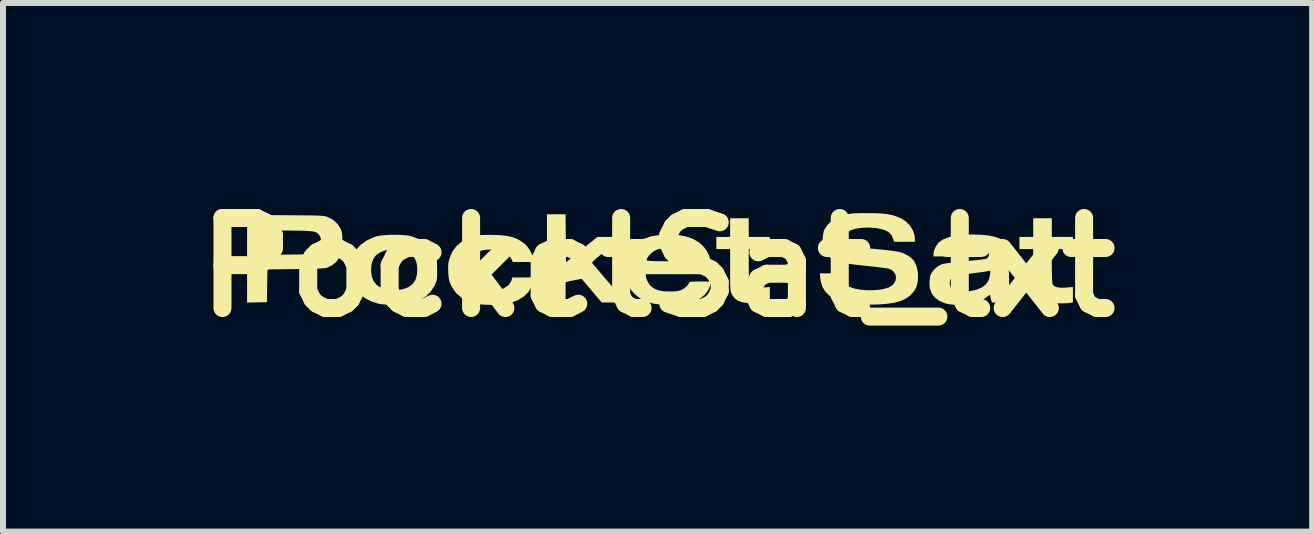
<source format=kicad_pcb>
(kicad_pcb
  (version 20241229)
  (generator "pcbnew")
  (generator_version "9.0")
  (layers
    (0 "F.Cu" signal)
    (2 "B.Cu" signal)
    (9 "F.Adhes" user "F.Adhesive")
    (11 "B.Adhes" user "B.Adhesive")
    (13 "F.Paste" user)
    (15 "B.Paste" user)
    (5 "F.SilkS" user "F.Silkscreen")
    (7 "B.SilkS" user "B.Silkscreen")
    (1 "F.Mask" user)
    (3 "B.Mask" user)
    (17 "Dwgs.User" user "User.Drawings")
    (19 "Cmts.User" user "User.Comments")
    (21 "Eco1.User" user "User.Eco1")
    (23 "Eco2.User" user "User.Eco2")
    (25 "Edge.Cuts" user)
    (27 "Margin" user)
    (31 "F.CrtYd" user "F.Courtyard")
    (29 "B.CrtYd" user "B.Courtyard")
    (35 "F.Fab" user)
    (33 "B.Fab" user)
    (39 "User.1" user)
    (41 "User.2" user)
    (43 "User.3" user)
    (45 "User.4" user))
  (footprint "PocketSat_txt"
    (layer "F.Cu")
    (at 7.907 1.404)
    (property "Reference" "PocketSat_txt" (at 0 0 0) (layer "F.SilkS") (effects (font (size 1.5 1.5) (thickness 0.3))))
    (attr board_only exclude_from_pos_files exclude_from_bom)
    (fp_poly (pts (xy 1.519 -0.662) (xy 1.519 -0.506) (xy 1.695 -0.506) (xy 1.87 -0.506) (xy 1.87 -0.405) (xy 1.87 -0.304) (xy 1.695 -0.304) (xy 1.519 -0.304) (xy 1.519 -0.028) (xy 1.52 0.058) (xy 1.521 0.136) (xy 1.524 0.202) (xy 1.527 0.252) (xy 1.531 0.28) (xy 1.532 0.282) (xy 1.558 0.313) (xy 1.608 0.333) (xy 1.68 0.341) (xy 1.765 0.337) (xy 1.87 0.328) (xy 1.87 0.456) (xy 1.87 0.584) (xy 1.828 0.592) (xy 1.784 0.597) (xy 1.722 0.6) (xy 1.649 0.6) (xy 1.572 0.598) (xy 1.501 0.594) (xy 1.442 0.588) (xy 1.407 0.582) (xy 1.335 0.555) (xy 1.283 0.516) (xy 1.243 0.46) (xy 1.239 0.452) (xy 1.23 0.433) (xy 1.223 0.413) (xy 1.217 0.39) (xy 1.213 0.36) (xy 1.211 0.318) (xy 1.209 0.262) (xy 1.209 0.188) (xy 1.209 0.091) (xy 1.209 0.044) (xy 1.209 -0.304) (xy 1.094 -0.304) (xy 0.979 -0.304) (xy 0.979 -0.405) (xy 0.979 -0.506) (xy 1.094 -0.506) (xy 1.209 -0.506) (xy 1.209 -0.662) (xy 1.209 -0.817) (xy 1.364 -0.817) (xy 1.519 -0.817)) (stroke (width 0) (type solid)) (fill yes) (layer "F.SilkS"))
    (fp_poly (pts (xy 6.569 -0.662) (xy 6.569 -0.506) (xy 6.745 -0.506) (xy 6.921 -0.506) (xy 6.921 -0.405) (xy 6.921 -0.304) (xy 6.745 -0.304) (xy 6.569 -0.304) (xy 6.569 -0.028) (xy 6.57 0.058) (xy 6.572 0.136) (xy 6.574 0.202) (xy 6.578 0.252) (xy 6.582 0.28) (xy 6.582 0.282) (xy 6.608 0.313) (xy 6.658 0.333) (xy 6.731 0.341) (xy 6.815 0.337) (xy 6.921 0.328) (xy 6.921 0.456) (xy 6.921 0.584) (xy 6.878 0.592) (xy 6.835 0.597) (xy 6.772 0.6) (xy 6.699 0.6) (xy 6.623 0.598) (xy 6.551 0.594) (xy 6.492 0.588) (xy 6.457 0.582) (xy 6.385 0.555) (xy 6.333 0.516) (xy 6.293 0.46) (xy 6.289 0.452) (xy 6.28 0.433) (xy 6.273 0.413) (xy 6.267 0.39) (xy 6.264 0.36) (xy 6.261 0.318) (xy 6.26 0.262) (xy 6.259 0.188) (xy 6.259 0.091) (xy 6.259 0.044) (xy 6.259 -0.304) (xy 6.144 -0.304) (xy 6.029 -0.304) (xy 6.029 -0.405) (xy 6.029 -0.506) (xy 6.144 -0.506) (xy 6.259 -0.506) (xy 6.259 -0.662) (xy 6.259 -0.817) (xy 6.414 -0.817) (xy 6.569 -0.817)) (stroke (width 0) (type solid)) (fill yes) (layer "F.SilkS"))
    (fp_poly (pts (xy -1.529 -0.484) (xy -1.526 -0.084) (xy -1.265 -0.295) (xy -1.003 -0.506) (xy -0.795 -0.506) (xy -0.724 -0.506) (xy -0.663 -0.505) (xy -0.617 -0.504) (xy -0.592 -0.502) (xy -0.587 -0.501) (xy -0.598 -0.492) (xy -0.626 -0.468) (xy -0.67 -0.432) (xy -0.726 -0.386) (xy -0.792 -0.333) (xy -0.845 -0.291) (xy -0.926 -0.227) (xy -0.987 -0.177) (xy -1.032 -0.139) (xy -1.062 -0.112) (xy -1.08 -0.093) (xy -1.088 -0.079) (xy -1.088 -0.069) (xy -1.084 -0.063) (xy -1.07 -0.047) (xy -1.042 -0.014) (xy -1 0.035) (xy -0.949 0.095) (xy -0.89 0.165) (xy -0.825 0.24) (xy -0.817 0.25) (xy -0.752 0.326) (xy -0.692 0.397) (xy -0.639 0.458) (xy -0.596 0.509) (xy -0.566 0.544) (xy -0.55 0.563) (xy -0.549 0.564) (xy -0.543 0.573) (xy -0.545 0.579) (xy -0.558 0.583) (xy -0.586 0.586) (xy -0.633 0.587) (xy -0.702 0.587) (xy -0.73 0.587) (xy -0.932 0.586) (xy -1.136 0.344) (xy -1.341 0.102) (xy -1.437 0.178) (xy -1.533 0.254) (xy -1.533 0.421) (xy -1.533 0.587) (xy -1.688 0.587) (xy -1.843 0.587) (xy -1.843 -0.149) (xy -1.843 -0.884) (xy -1.688 -0.884) (xy -1.533 -0.884)) (stroke (width 0) (type solid)) (fill yes) (layer "F.SilkS"))
    (fp_poly (pts (xy -6.201 -0.868) (xy -6.054 -0.867) (xy -5.93 -0.866) (xy -5.829 -0.865) (xy -5.747 -0.864) (xy -5.681 -0.862) (xy -5.63 -0.86) (xy -5.591 -0.858) (xy -5.561 -0.854) (xy -5.537 -0.85) (xy -5.518 -0.845) (xy -5.5 -0.839) (xy -5.488 -0.834) (xy -5.401 -0.785) (xy -5.33 -0.719) (xy -5.281 -0.642) (xy -5.269 -0.611) (xy -5.26 -0.577) (xy -5.255 -0.534) (xy -5.253 -0.477) (xy -5.253 -0.418) (xy -5.253 -0.347) (xy -5.255 -0.297) (xy -5.26 -0.26) (xy -5.268 -0.229) (xy -5.282 -0.198) (xy -5.294 -0.175) (xy -5.348 -0.096) (xy -5.423 -0.034) (xy -5.514 0.009) (xy -5.514 0.009) (xy -5.543 0.014) (xy -5.596 0.019) (xy -5.673 0.023) (xy -5.775 0.026) (xy -5.903 0.029) (xy -6.032 0.03) (xy -6.501 0.035) (xy -6.505 0.308) (xy -6.509 0.581) (xy -6.674 0.584) (xy -6.84 0.588) (xy -6.84 -0.142) (xy -6.84 -0.412) (xy -6.502 -0.412) (xy -6.502 -0.208) (xy -6.114 -0.212) (xy -5.998 -0.213) (xy -5.907 -0.215) (xy -5.836 -0.217) (xy -5.783 -0.22) (xy -5.744 -0.223) (xy -5.716 -0.228) (xy -5.696 -0.233) (xy -5.683 -0.239) (xy -5.649 -0.268) (xy -5.623 -0.306) (xy -5.623 -0.307) (xy -5.608 -0.363) (xy -5.605 -0.426) (xy -5.613 -0.485) (xy -5.632 -0.529) (xy -5.633 -0.53) (xy -5.65 -0.551) (xy -5.667 -0.568) (xy -5.689 -0.582) (xy -5.717 -0.592) (xy -5.755 -0.599) (xy -5.807 -0.604) (xy -5.875 -0.608) (xy -5.963 -0.61) (xy -6.073 -0.611) (xy -6.12 -0.612) (xy -6.502 -0.616) (xy -6.502 -0.412) (xy -6.84 -0.412) (xy -6.84 -0.872)) (stroke (width 0) (type solid)) (fill yes) (layer "F.SilkS"))
    (fp_poly (pts (xy -4.267 -0.539) (xy -4.182 -0.532) (xy -4.114 -0.521) (xy -4.092 -0.515) (xy -3.967 -0.466) (xy -3.862 -0.402) (xy -3.779 -0.323) (xy -3.719 -0.231) (xy -3.704 -0.199) (xy -3.691 -0.161) (xy -3.682 -0.124) (xy -3.676 -0.08) (xy -3.674 -0.023) (xy -3.673 0.047) (xy -3.673 0.118) (xy -3.675 0.17) (xy -3.679 0.208) (xy -3.688 0.239) (xy -3.701 0.272) (xy -3.717 0.306) (xy -3.78 0.405) (xy -3.863 0.486) (xy -3.966 0.55) (xy -4.088 0.595) (xy -4.139 0.608) (xy -4.21 0.618) (xy -4.299 0.624) (xy -4.397 0.626) (xy -4.494 0.624) (xy -4.581 0.617) (xy -4.649 0.607) (xy -4.773 0.568) (xy -4.882 0.509) (xy -4.972 0.433) (xy -5.041 0.341) (xy -5.06 0.306) (xy -5.079 0.267) (xy -5.091 0.235) (xy -5.099 0.203) (xy -5.103 0.164) (xy -5.104 0.11) (xy -5.104 0.053) (xy -4.773 0.053) (xy -4.764 0.149) (xy -4.734 0.227) (xy -4.683 0.291) (xy -4.665 0.306) (xy -4.597 0.345) (xy -4.511 0.371) (xy -4.415 0.382) (xy -4.315 0.378) (xy -4.24 0.364) (xy -4.15 0.33) (xy -4.082 0.279) (xy -4.035 0.212) (xy -4.01 0.127) (xy -4.004 0.053) (xy -4.008 -0.031) (xy -4.023 -0.098) (xy -4.051 -0.156) (xy -4.067 -0.179) (xy -4.12 -0.229) (xy -4.19 -0.265) (xy -4.274 -0.288) (xy -4.364 -0.299) (xy -4.455 -0.295) (xy -4.543 -0.279) (xy -4.621 -0.25) (xy -4.684 -0.207) (xy -4.71 -0.179) (xy -4.744 -0.123) (xy -4.764 -0.061) (xy -4.773 0.016) (xy -4.773 0.053) (xy -5.104 0.053) (xy -5.104 0.047) (xy -5.103 -0.028) (xy -5.101 -0.084) (xy -5.095 -0.127) (xy -5.086 -0.164) (xy -5.073 -0.199) (xy -5.02 -0.295) (xy -4.944 -0.378) (xy -4.846 -0.447) (xy -4.728 -0.501) (xy -4.686 -0.515) (xy -4.627 -0.528) (xy -4.548 -0.536) (xy -4.457 -0.541) (xy -4.361 -0.542)) (stroke (width 0) (type solid)) (fill yes) (layer "F.SilkS"))
    (fp_poly (pts (xy -2.768 -0.54) (xy -2.638 -0.536) (xy -2.529 -0.526) (xy -2.437 -0.508) (xy -2.357 -0.48) (xy -2.284 -0.442) (xy -2.214 -0.391) (xy -2.212 -0.39) (xy -2.169 -0.344) (xy -2.127 -0.282) (xy -2.092 -0.211) (xy -2.068 -0.143) (xy -2.066 -0.132) (xy -2.057 -0.088) (xy -2.233 -0.088) (xy -2.41 -0.088) (xy -2.436 -0.138) (xy -2.475 -0.2) (xy -2.524 -0.244) (xy -2.586 -0.273) (xy -2.665 -0.29) (xy -2.766 -0.295) (xy -2.768 -0.295) (xy -2.838 -0.294) (xy -2.889 -0.289) (xy -2.93 -0.281) (xy -2.97 -0.266) (xy -2.974 -0.264) (xy -3.046 -0.223) (xy -3.098 -0.172) (xy -3.132 -0.106) (xy -3.149 -0.022) (xy -3.153 0.054) (xy -3.145 0.145) (xy -3.119 0.219) (xy -3.075 0.28) (xy -3.055 0.299) (xy -3.01 0.333) (xy -2.962 0.356) (xy -2.904 0.37) (xy -2.83 0.376) (xy -2.761 0.378) (xy -2.693 0.377) (xy -2.643 0.373) (xy -2.606 0.366) (xy -2.572 0.354) (xy -2.556 0.346) (xy -2.488 0.301) (xy -2.445 0.244) (xy -2.43 0.205) (xy -2.421 0.169) (xy -2.239 0.169) (xy -2.056 0.169) (xy -2.066 0.219) (xy -2.098 0.322) (xy -2.152 0.412) (xy -2.229 0.487) (xy -2.327 0.547) (xy -2.445 0.591) (xy -2.508 0.607) (xy -2.584 0.618) (xy -2.676 0.624) (xy -2.776 0.626) (xy -2.875 0.624) (xy -2.964 0.617) (xy -3.029 0.607) (xy -3.155 0.568) (xy -3.263 0.51) (xy -3.352 0.434) (xy -3.421 0.34) (xy -3.439 0.305) (xy -3.46 0.258) (xy -3.473 0.217) (xy -3.481 0.171) (xy -3.486 0.111) (xy -3.488 0.079) (xy -3.49 0.007) (xy -3.488 -0.049) (xy -3.48 -0.098) (xy -3.466 -0.15) (xy -3.465 -0.153) (xy -3.421 -0.259) (xy -3.356 -0.348) (xy -3.271 -0.421) (xy -3.164 -0.478) (xy -3.1 -0.502) (xy -3.054 -0.517) (xy -3.014 -0.527) (xy -2.975 -0.534) (xy -2.929 -0.538) (xy -2.871 -0.539) (xy -2.794 -0.54)) (stroke (width 0) (type solid)) (fill yes) (layer "F.SilkS"))
    (fp_poly (pts (xy 0.337 -0.539) (xy 0.471 -0.515) (xy 0.586 -0.476) (xy 0.684 -0.419) (xy 0.763 -0.349) (xy 0.822 -0.271) (xy 0.863 -0.185) (xy 0.887 -0.085) (xy 0.895 -0.003) (xy 0.901 0.115) (xy 0.353 0.115) (xy -0.196 0.115) (xy -0.196 0.145) (xy -0.187 0.188) (xy -0.165 0.238) (xy -0.137 0.286) (xy -0.113 0.313) (xy -0.056 0.355) (xy 0.012 0.383) (xy 0.095 0.399) (xy 0.196 0.403) (xy 0.275 0.401) (xy 0.334 0.396) (xy 0.377 0.385) (xy 0.391 0.38) (xy 0.455 0.344) (xy 0.501 0.3) (xy 0.521 0.267) (xy 0.527 0.254) (xy 0.537 0.246) (xy 0.555 0.241) (xy 0.586 0.238) (xy 0.635 0.237) (xy 0.706 0.236) (xy 0.709 0.236) (xy 0.78 0.236) (xy 0.829 0.237) (xy 0.86 0.24) (xy 0.876 0.245) (xy 0.883 0.253) (xy 0.884 0.264) (xy 0.884 0.267) (xy 0.879 0.296) (xy 0.863 0.338) (xy 0.849 0.37) (xy 0.795 0.448) (xy 0.719 0.514) (xy 0.622 0.566) (xy 0.507 0.603) (xy 0.449 0.614) (xy 0.379 0.622) (xy 0.293 0.626) (xy 0.198 0.626) (xy 0.103 0.623) (xy 0.016 0.617) (xy -0.054 0.608) (xy -0.067 0.606) (xy -0.187 0.57) (xy -0.289 0.519) (xy -0.378 0.448) (xy -0.386 0.44) (xy -0.44 0.38) (xy -0.479 0.32) (xy -0.505 0.255) (xy -0.52 0.178) (xy -0.526 0.083) (xy -0.526 0.041) (xy -0.523 -0.062) (xy -0.515 -0.116) (xy -0.182 -0.116) (xy -0.171 -0.111) (xy -0.135 -0.107) (xy -0.074 -0.104) (xy 0.012 -0.102) (xy 0.124 -0.101) (xy 0.182 -0.101) (xy 0.306 -0.102) (xy 0.403 -0.103) (xy 0.475 -0.106) (xy 0.522 -0.109) (xy 0.545 -0.113) (xy 0.547 -0.116) (xy 0.535 -0.156) (xy 0.505 -0.2) (xy 0.461 -0.244) (xy 0.409 -0.28) (xy 0.366 -0.299) (xy 0.296 -0.315) (xy 0.211 -0.322) (xy 0.123 -0.321) (xy 0.043 -0.311) (xy -0.001 -0.299) (xy -0.055 -0.273) (xy -0.105 -0.236) (xy -0.147 -0.192) (xy -0.175 -0.148) (xy -0.182 -0.116) (xy -0.515 -0.116) (xy -0.511 -0.145) (xy -0.489 -0.214) (xy -0.455 -0.277) (xy -0.407 -0.339) (xy -0.396 -0.351) (xy -0.317 -0.422) (xy -0.222 -0.477) (xy -0.111 -0.515) (xy 0.019 -0.538) (xy 0.169 -0.546) (xy 0.182 -0.546)) (stroke (width 0) (type solid)) (fill yes) (layer "F.SilkS"))
    (fp_poly (pts (xy 3.511 -0.903) (xy 3.635 -0.901) (xy 3.738 -0.896) (xy 3.825 -0.887) (xy 3.9 -0.872) (xy 3.969 -0.851) (xy 4.037 -0.824) (xy 4.067 -0.809) (xy 4.145 -0.758) (xy 4.21 -0.69) (xy 4.257 -0.61) (xy 4.283 -0.525) (xy 4.287 -0.477) (xy 4.287 -0.425) (xy 4.113 -0.425) (xy 3.939 -0.425) (xy 3.93 -0.462) (xy 3.9 -0.533) (xy 3.851 -0.585) (xy 3.8 -0.614) (xy 3.717 -0.64) (xy 3.619 -0.656) (xy 3.514 -0.663) (xy 3.41 -0.659) (xy 3.313 -0.645) (xy 3.231 -0.622) (xy 3.21 -0.612) (xy 3.157 -0.575) (xy 3.125 -0.528) (xy 3.116 -0.477) (xy 3.13 -0.428) (xy 3.166 -0.384) (xy 3.189 -0.368) (xy 3.209 -0.359) (xy 3.239 -0.351) (xy 3.283 -0.343) (xy 3.343 -0.335) (xy 3.423 -0.326) (xy 3.525 -0.315) (xy 3.586 -0.309) (xy 3.709 -0.298) (xy 3.809 -0.287) (xy 3.889 -0.278) (xy 3.952 -0.269) (xy 4.003 -0.26) (xy 4.044 -0.251) (xy 4.079 -0.24) (xy 4.112 -0.227) (xy 4.125 -0.221) (xy 4.208 -0.173) (xy 4.27 -0.111) (xy 4.311 -0.031) (xy 4.334 0.066) (xy 4.339 0.117) (xy 4.337 0.219) (xy 4.321 0.304) (xy 4.288 0.376) (xy 4.242 0.436) (xy 4.185 0.488) (xy 4.118 0.531) (xy 4.039 0.565) (xy 3.945 0.59) (xy 3.832 0.607) (xy 3.698 0.618) (xy 3.572 0.622) (xy 3.484 0.623) (xy 3.399 0.622) (xy 3.324 0.62) (xy 3.265 0.617) (xy 3.228 0.614) (xy 3.086 0.583) (xy 2.966 0.539) (xy 2.87 0.48) (xy 2.796 0.408) (xy 2.745 0.321) (xy 2.716 0.22) (xy 2.711 0.18) (xy 2.704 0.101) (xy 2.888 0.101) (xy 3.072 0.101) (xy 3.072 0.136) (xy 3.081 0.181) (xy 3.105 0.233) (xy 3.138 0.28) (xy 3.161 0.303) (xy 3.217 0.333) (xy 3.293 0.357) (xy 3.384 0.373) (xy 3.483 0.382) (xy 3.585 0.382) (xy 3.685 0.375) (xy 3.775 0.359) (xy 3.852 0.335) (xy 3.869 0.327) (xy 3.924 0.287) (xy 3.959 0.237) (xy 3.973 0.183) (xy 3.967 0.129) (xy 3.94 0.08) (xy 3.895 0.041) (xy 3.847 0.022) (xy 3.819 0.017) (xy 3.769 0.01) (xy 3.7 0.001) (xy 3.618 -0.009) (xy 3.526 -0.019) (xy 3.455 -0.026) (xy 3.317 -0.041) (xy 3.203 -0.056) (xy 3.11 -0.071) (xy 3.034 -0.087) (xy 2.974 -0.106) (xy 2.925 -0.127) (xy 2.884 -0.153) (xy 2.849 -0.183) (xy 2.825 -0.209) (xy 2.794 -0.254) (xy 2.768 -0.304) (xy 2.762 -0.324) (xy 2.751 -0.385) (xy 2.75 -0.459) (xy 2.756 -0.534) (xy 2.769 -0.6) (xy 2.782 -0.634) (xy 2.834 -0.712) (xy 2.911 -0.779) (xy 3.01 -0.834) (xy 3.131 -0.876) (xy 3.149 -0.881) (xy 3.19 -0.889) (xy 3.236 -0.896) (xy 3.294 -0.9) (xy 3.366 -0.902) (xy 3.458 -0.903)) (stroke (width 0) (type solid)) (fill yes) (layer "F.SilkS"))
    (fp_poly (pts (xy 5.397 -0.542) (xy 5.527 -0.528) (xy 5.634 -0.504) (xy 5.717 -0.472) (xy 5.77 -0.435) (xy 5.791 -0.415) (xy 5.807 -0.397) (xy 5.82 -0.375) (xy 5.83 -0.348) (xy 5.837 -0.313) (xy 5.843 -0.266) (xy 5.847 -0.205) (xy 5.85 -0.126) (xy 5.852 -0.026) (xy 5.854 0.098) (xy 5.855 0.108) (xy 5.857 0.214) (xy 5.859 0.313) (xy 5.862 0.399) (xy 5.865 0.471) (xy 5.868 0.525) (xy 5.871 0.557) (xy 5.873 0.564) (xy 5.875 0.574) (xy 5.87 0.581) (xy 5.851 0.585) (xy 5.815 0.587) (xy 5.759 0.587) (xy 5.728 0.587) (xy 5.573 0.587) (xy 5.558 0.545) (xy 5.547 0.507) (xy 5.543 0.476) (xy 5.541 0.463) (xy 5.53 0.463) (xy 5.507 0.479) (xy 5.49 0.492) (xy 5.412 0.543) (xy 5.32 0.585) (xy 5.228 0.613) (xy 5.22 0.614) (xy 5.141 0.624) (xy 5.051 0.628) (xy 4.958 0.625) (xy 4.872 0.617) (xy 4.801 0.603) (xy 4.791 0.6) (xy 4.693 0.558) (xy 4.618 0.502) (xy 4.566 0.432) (xy 4.537 0.349) (xy 4.53 0.278) (xy 4.531 0.274) (xy 4.868 0.274) (xy 4.879 0.328) (xy 4.914 0.368) (xy 4.971 0.393) (xy 5.051 0.405) (xy 5.138 0.404) (xy 5.203 0.397) (xy 5.271 0.384) (xy 5.321 0.371) (xy 5.406 0.334) (xy 5.469 0.287) (xy 5.51 0.227) (xy 5.523 0.193) (xy 5.535 0.145) (xy 5.542 0.102) (xy 5.543 0.086) (xy 5.541 0.06) (xy 5.529 0.055) (xy 5.513 0.061) (xy 5.49 0.066) (xy 5.445 0.074) (xy 5.383 0.083) (xy 5.309 0.093) (xy 5.234 0.102) (xy 5.124 0.115) (xy 5.039 0.127) (xy 4.975 0.141) (xy 4.929 0.156) (xy 4.898 0.175) (xy 4.88 0.199) (xy 4.871 0.229) (xy 4.868 0.267) (xy 4.868 0.274) (xy 4.531 0.274) (xy 4.533 0.222) (xy 4.539 0.168) (xy 4.545 0.137) (xy 4.571 0.084) (xy 4.615 0.03) (xy 4.671 -0.017) (xy 4.731 -0.049) (xy 4.738 -0.051) (xy 4.771 -0.059) (xy 4.826 -0.068) (xy 4.899 -0.078) (xy 4.986 -0.089) (xy 5.081 -0.098) (xy 5.115 -0.101) (xy 5.224 -0.111) (xy 5.309 -0.119) (xy 5.374 -0.126) (xy 5.421 -0.132) (xy 5.455 -0.138) (xy 5.477 -0.144) (xy 5.491 -0.152) (xy 5.501 -0.161) (xy 5.509 -0.172) (xy 5.511 -0.176) (xy 5.524 -0.217) (xy 5.513 -0.255) (xy 5.478 -0.287) (xy 5.459 -0.296) (xy 5.396 -0.314) (xy 5.316 -0.324) (xy 5.229 -0.326) (xy 5.143 -0.319) (xy 5.137 -0.318) (xy 5.065 -0.304) (xy 5.013 -0.285) (xy 4.977 -0.258) (xy 4.951 -0.222) (xy 4.929 -0.182) (xy 4.763 -0.182) (xy 4.598 -0.182) (xy 4.598 -0.226) (xy 4.609 -0.285) (xy 4.636 -0.347) (xy 4.675 -0.402) (xy 4.687 -0.415) (xy 4.758 -0.464) (xy 4.853 -0.502) (xy 4.972 -0.528) (xy 5.115 -0.543) (xy 5.244 -0.547)) (stroke (width 0) (type solid)) (fill yes) (layer "F.SilkS")))
  (gr_rect
    (start -3 -3)
    (end 18.814 5.808)
    (stroke (width 0.1) (type default))
    (fill no)
    (layer "Edge.Cuts")))
</source>
